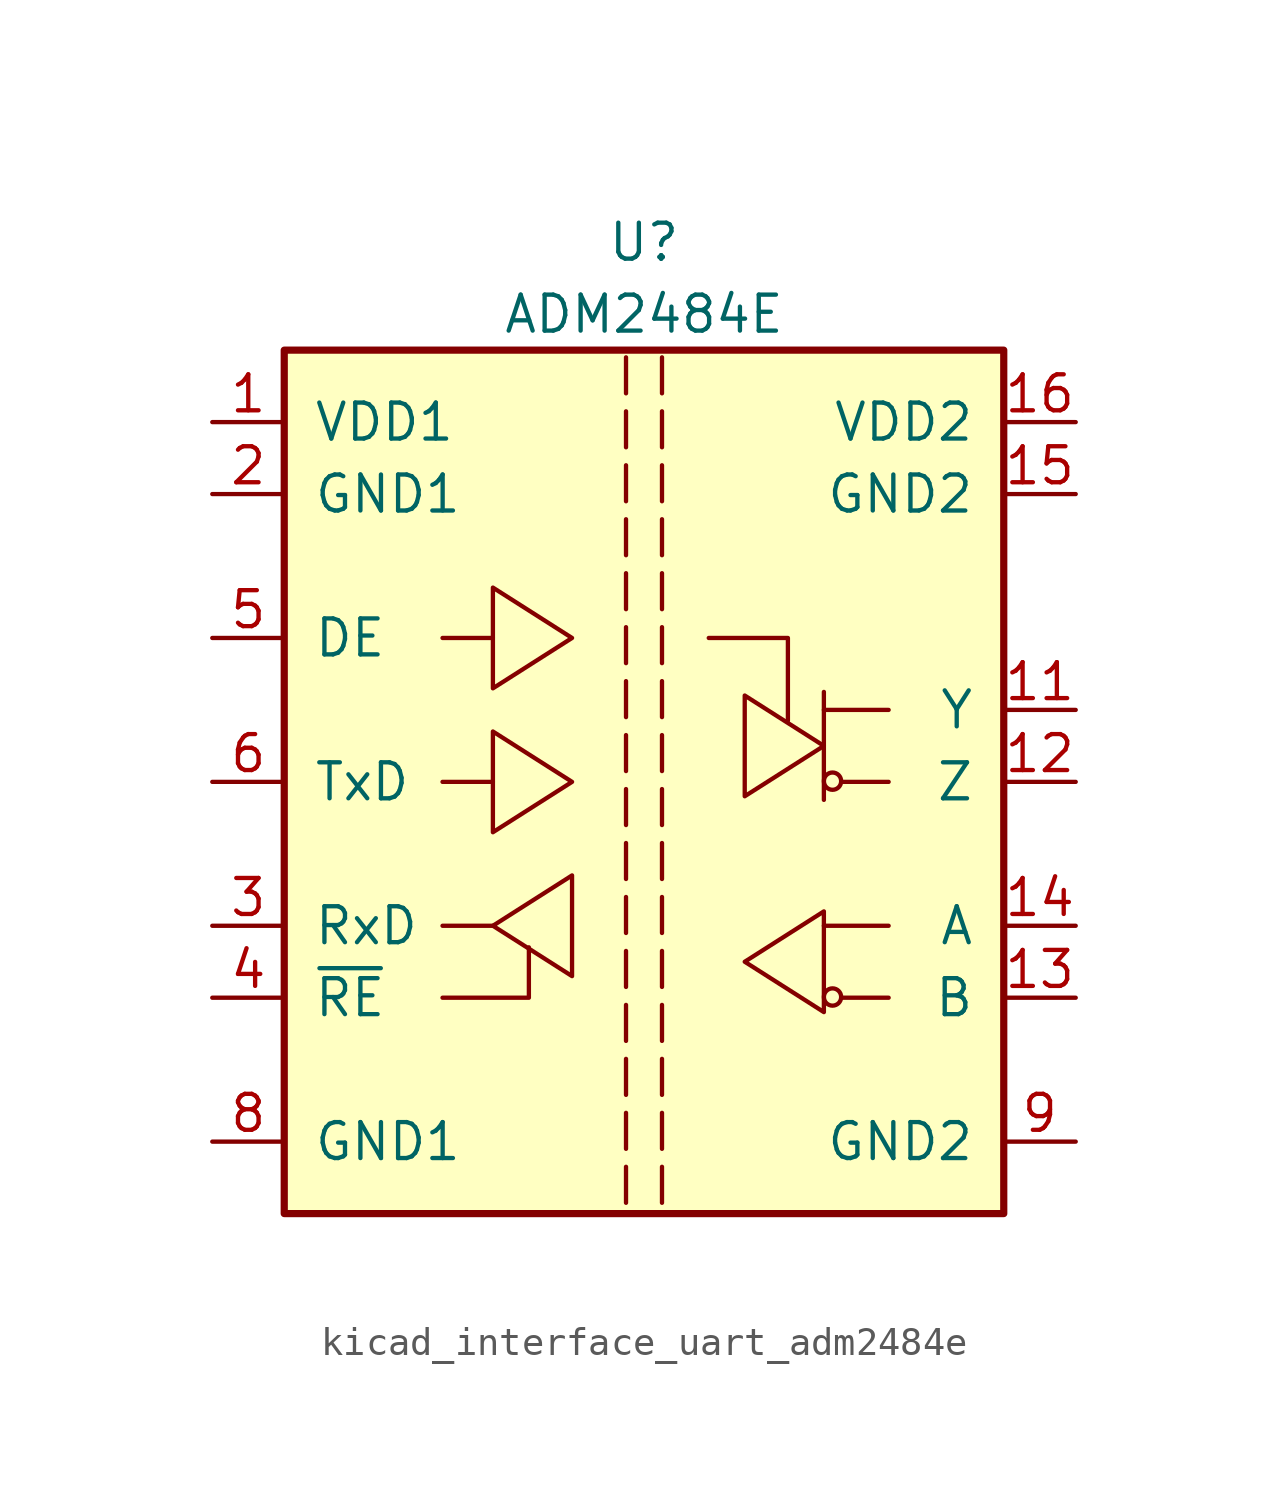
<source format=kicad_sym>
(kicad_symbol_lib
  (version 20220914)
  (generator kicad_symbol_editor)
  (symbol "kicad_interface_uart_adm2484e"
    (pin_names
      (offset 1.016))
    (property "Reference" "U"
      (at 0 19.05 0)
      (effects (font (size 1.27 1.27))))
    (property "Value" "ADM2484E"
      (at 0 16.51 0)
      (effects (font (size 1.27 1.27))))
    (symbol "kicad_interface_uart_adm2484e_0_0"
      (polyline (pts (xy -0.635 -13.589) (xy -0.635 -14.859)) (stroke (width 0) (type default)) (fill (type none)))
      (polyline (pts (xy -0.635 -11.684) (xy -0.635 -12.954)) (stroke (width 0) (type default)) (fill (type none)))
      (polyline (pts (xy -0.635 -9.779) (xy -0.635 -11.049)) (stroke (width 0) (type default)) (fill (type none)))
      (polyline (pts (xy -0.635 -7.874) (xy -0.635 -9.144)) (stroke (width 0) (type default)) (fill (type none)))
      (polyline (pts (xy -0.635 -5.969) (xy -0.635 -7.239)) (stroke (width 0) (type default)) (fill (type none)))
      (polyline (pts (xy -0.635 -4.064) (xy -0.635 -5.334)) (stroke (width 0) (type default)) (fill (type none)))
      (polyline (pts (xy -0.635 -2.159) (xy -0.635 -3.429)) (stroke (width 0) (type default)) (fill (type none)))
      (polyline (pts (xy -0.635 -0.254) (xy -0.635 -1.524)) (stroke (width 0) (type default)) (fill (type none)))
      (polyline (pts (xy -0.635 1.651) (xy -0.635 0.381)) (stroke (width 0) (type default)) (fill (type none)))
      (polyline (pts (xy -0.635 3.556) (xy -0.635 2.286)) (stroke (width 0) (type default)) (fill (type none)))
      (polyline (pts (xy -0.635 5.461) (xy -0.635 4.191)) (stroke (width 0) (type default)) (fill (type none)))
      (polyline (pts (xy -0.635 7.366) (xy -0.635 6.096)) (stroke (width 0) (type default)) (fill (type none)))
      (polyline (pts (xy -0.635 9.271) (xy -0.635 8.001)) (stroke (width 0) (type default)) (fill (type none)))
      (polyline (pts (xy -0.635 11.176) (xy -0.635 9.906)) (stroke (width 0) (type default)) (fill (type none)))
      (polyline (pts (xy -0.635 13.081) (xy -0.635 11.811)) (stroke (width 0) (type default)) (fill (type none)))
      (polyline (pts (xy -0.635 14.986) (xy -0.635 13.716)) (stroke (width 0) (type default)) (fill (type none)))
      (polyline (pts (xy 0.635 -13.589) (xy 0.635 -14.859)) (stroke (width 0) (type default)) (fill (type none)))
      (polyline (pts (xy 0.635 -11.684) (xy 0.635 -12.954)) (stroke (width 0) (type default)) (fill (type none)))
      (polyline (pts (xy 0.635 -9.779) (xy 0.635 -11.049)) (stroke (width 0) (type default)) (fill (type none)))
      (polyline (pts (xy 0.635 -7.874) (xy 0.635 -9.144)) (stroke (width 0) (type default)) (fill (type none)))
      (polyline (pts (xy 0.635 -5.969) (xy 0.635 -7.239)) (stroke (width 0) (type default)) (fill (type none)))
      (polyline (pts (xy 0.635 -4.064) (xy 0.635 -5.334)) (stroke (width 0) (type default)) (fill (type none)))
      (polyline (pts (xy 0.635 -2.159) (xy 0.635 -3.429)) (stroke (width 0) (type default)) (fill (type none)))
      (polyline (pts (xy 0.635 -0.254) (xy 0.635 -1.524)) (stroke (width 0) (type default)) (fill (type none)))
      (polyline (pts (xy 0.635 1.651) (xy 0.635 0.381)) (stroke (width 0) (type default)) (fill (type none)))
      (polyline (pts (xy 0.635 3.556) (xy 0.635 2.286)) (stroke (width 0) (type default)) (fill (type none)))
      (polyline (pts (xy 0.635 5.461) (xy 0.635 4.191)) (stroke (width 0) (type default)) (fill (type none)))
      (polyline (pts (xy 0.635 7.366) (xy 0.635 6.096)) (stroke (width 0) (type default)) (fill (type none)))
      (polyline (pts (xy 0.635 9.271) (xy 0.635 8.001)) (stroke (width 0) (type default)) (fill (type none)))
      (polyline (pts (xy 0.635 11.176) (xy 0.635 9.906)) (stroke (width 0) (type default)) (fill (type none)))
      (polyline (pts (xy 0.635 13.081) (xy 0.635 11.811)) (stroke (width 0) (type default)) (fill (type none)))
      (polyline (pts (xy 0.635 14.986) (xy 0.635 13.716)) (stroke (width 0) (type default)) (fill (type none))))
    (symbol "kicad_interface_uart_adm2484e_0_1"
      (rectangle (start -12.7 15.24) (end 12.7 -15.24) (stroke (width 0.254) (type default)) (fill (type background)))
      (polyline (pts (xy -5.334 -5.08) (xy -7.112 -5.08)) (stroke (width 0) (type default)) (fill (type none)))
      (polyline (pts (xy -5.334 0) (xy -7.112 0)) (stroke (width 0) (type default)) (fill (type none)))
      (polyline (pts (xy -5.334 5.08) (xy -7.112 5.08)) (stroke (width 0) (type default)) (fill (type none)))
      (polyline (pts (xy 6.35 -5.08) (xy 8.636 -5.08)) (stroke (width 0) (type default)) (fill (type none)))
      (polyline (pts (xy 6.35 2.54) (xy 8.636 2.54)) (stroke (width 0) (type default)) (fill (type none)))
      (polyline (pts (xy 6.35 3.175) (xy 6.35 -0.635)) (stroke (width 0) (type default)) (fill (type none)))
      (polyline (pts (xy 6.96 -7.62) (xy 8.636 -7.62)) (stroke (width 0) (type default)) (fill (type none)))
      (polyline (pts (xy 6.96 0) (xy 8.636 0)) (stroke (width 0) (type default)) (fill (type none)))
      (polyline (pts (xy -7.112 -7.62) (xy -4.064 -7.62) (xy -4.064 -5.842)) (stroke (width 0) (type default)) (fill (type none)))
      (polyline (pts (xy 2.286 5.08) (xy 5.08 5.08) (xy 5.08 2.159)) (stroke (width 0) (type default)) (fill (type none)))
      (polyline (pts (xy -5.334 -5.08) (xy -2.54 -3.302) (xy -2.54 -6.858) (xy -5.334 -5.08)) (stroke (width 0) (type default)) (fill (type none)))
      (polyline (pts (xy -2.54 0) (xy -5.334 1.778) (xy -5.334 -1.778) (xy -2.54 0)) (stroke (width 0) (type default)) (fill (type none)))
      (polyline (pts (xy -2.54 5.08) (xy -5.334 6.858) (xy -5.334 3.302) (xy -2.54 5.08)) (stroke (width 0) (type default)) (fill (type none)))
      (polyline (pts (xy 3.556 -6.35) (xy 6.35 -4.572) (xy 6.35 -8.128) (xy 3.556 -6.35)) (stroke (width 0) (type default)) (fill (type none)))
      (polyline (pts (xy 6.35 1.27) (xy 3.556 3.048) (xy 3.556 -0.508) (xy 6.35 1.27)) (stroke (width 0) (type default)) (fill (type none)))
      (circle (center 6.655 -7.595) (radius 0.305) (stroke (width 0) (type default)) (fill (type none)))
      (circle (center 6.655 0.025) (radius 0.305) (stroke (width 0) (type default)) (fill (type none))))
    (symbol "kicad_interface_uart_adm2484e_1_1"
      (pin power_in line (at -15.24 12.7 0) (length 2.54) (name "VDD1" (effects (font (size 1.27 1.27)))) (number "1" (effects (font (size 1.27 1.27)))))
      (pin no_connect line (at 12.7 -10.16 180) (length 2.54) hide (name "NC" (effects (font (size 1.27 1.27)))) (number "10" (effects (font (size 1.27 1.27)))))
      (pin output line (at 15.24 2.54 180) (length 2.54) (name "Y" (effects (font (size 1.27 1.27)))) (number "11" (effects (font (size 1.27 1.27)))))
      (pin output line (at 15.24 0 180) (length 2.54) (name "Z" (effects (font (size 1.27 1.27)))) (number "12" (effects (font (size 1.27 1.27)))))
      (pin input line (at 15.24 -7.62 180) (length 2.54) (name "B" (effects (font (size 1.27 1.27)))) (number "13" (effects (font (size 1.27 1.27)))))
      (pin input line (at 15.24 -5.08 180) (length 2.54) (name "A" (effects (font (size 1.27 1.27)))) (number "14" (effects (font (size 1.27 1.27)))))
      (pin power_in line (at 15.24 10.16 180) (length 2.54) (name "GND2" (effects (font (size 1.27 1.27)))) (number "15" (effects (font (size 1.27 1.27)))))
      (pin power_in line (at 15.24 12.7 180) (length 2.54) (name "VDD2" (effects (font (size 1.27 1.27)))) (number "16" (effects (font (size 1.27 1.27)))))
      (pin power_in line (at -15.24 10.16 0) (length 2.54) (name "GND1" (effects (font (size 1.27 1.27)))) (number "2" (effects (font (size 1.27 1.27)))))
      (pin output line (at -15.24 -5.08 0) (length 2.54) (name "RxD" (effects (font (size 1.27 1.27)))) (number "3" (effects (font (size 1.27 1.27)))))
      (pin input line (at -15.24 -7.62 0) (length 2.54) (name "~{RE}" (effects (font (size 1.27 1.27)))) (number "4" (effects (font (size 1.27 1.27)))))
      (pin input line (at -15.24 5.08 0) (length 2.54) (name "DE" (effects (font (size 1.27 1.27)))) (number "5" (effects (font (size 1.27 1.27)))))
      (pin input line (at -15.24 0 0) (length 2.54) (name "TxD" (effects (font (size 1.27 1.27)))) (number "6" (effects (font (size 1.27 1.27)))))
      (pin no_connect line (at -12.7 -10.16 0) (length 2.54) hide (name "NC" (effects (font (size 1.27 1.27)))) (number "7" (effects (font (size 1.27 1.27)))))
      (pin power_in line (at -15.24 -12.7 0) (length 2.54) (name "GND1" (effects (font (size 1.27 1.27)))) (number "8" (effects (font (size 1.27 1.27)))))
      (pin power_in line (at 15.24 -12.7 180) (length 2.54) (name "GND2" (effects (font (size 1.27 1.27)))) (number "9" (effects (font (size 1.27 1.27))))))))
</source>
